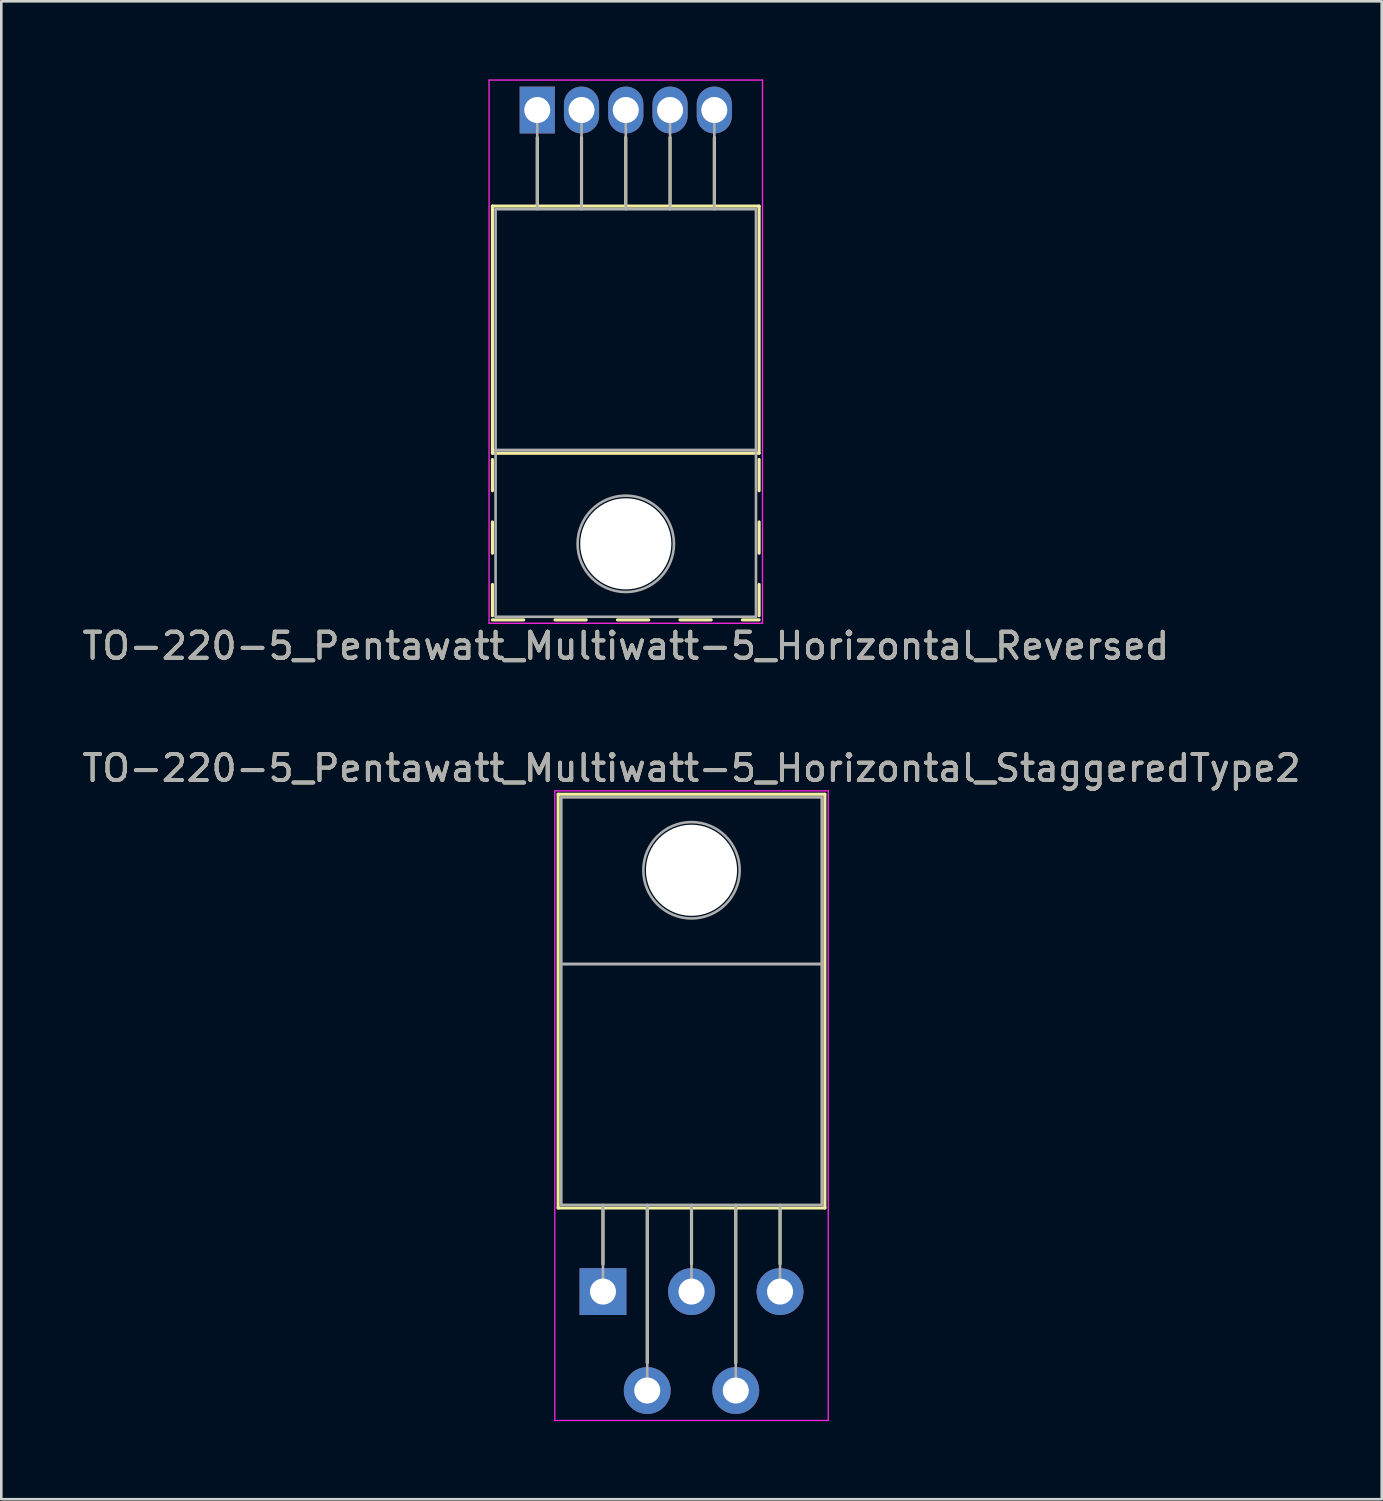
<source format=kicad_pcb>
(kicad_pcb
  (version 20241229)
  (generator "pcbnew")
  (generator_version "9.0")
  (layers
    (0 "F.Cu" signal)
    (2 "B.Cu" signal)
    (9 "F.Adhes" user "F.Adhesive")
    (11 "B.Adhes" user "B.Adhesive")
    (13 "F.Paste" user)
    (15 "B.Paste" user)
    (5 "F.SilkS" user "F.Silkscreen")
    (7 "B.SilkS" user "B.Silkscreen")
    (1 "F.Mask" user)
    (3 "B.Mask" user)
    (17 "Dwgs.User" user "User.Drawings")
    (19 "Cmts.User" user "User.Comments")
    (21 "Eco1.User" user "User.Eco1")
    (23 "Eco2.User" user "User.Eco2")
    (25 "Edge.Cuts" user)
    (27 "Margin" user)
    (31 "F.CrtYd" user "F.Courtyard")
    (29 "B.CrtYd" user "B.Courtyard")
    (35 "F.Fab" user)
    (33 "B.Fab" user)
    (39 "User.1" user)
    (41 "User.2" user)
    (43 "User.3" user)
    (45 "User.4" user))
  (footprint "TO-220-5_Pentawatt_Multiwatt-5_Horizontal_StaggeredType2"
    (layer "F.Cu")
    (at 20.106 46.551)
    (property "Reference" "TO-220-5_Pentawatt_Multiwatt-5_Horizontal_StaggeredType2" (at 3.4 -20.1 0) (layer "F.SilkS") (effects (font (size 1 1) (thickness 0.15))))
    (attr through_hole)
    (fp_line (start -1.721 -19.1) (end -1.721 -3.21) (stroke (width 0.12) (type solid)) (layer "F.SilkS"))
    (fp_line (start -1.721 -19.1) (end 8.52 -19.1) (stroke (width 0.12) (type solid)) (layer "F.SilkS"))
    (fp_line (start -1.721 -3.21) (end 8.52 -3.21) (stroke (width 0.12) (type solid)) (layer "F.SilkS"))
    (fp_line (start 0 -3.21) (end 0 -1.05) (stroke (width 0.12) (type solid)) (layer "F.SilkS"))
    (fp_line (start 1.7 -3.21) (end 1.7 2.735) (stroke (width 0.12) (type solid)) (layer "F.SilkS"))
    (fp_line (start 3.4 -3.21) (end 3.4 -1.066) (stroke (width 0.12) (type solid)) (layer "F.SilkS"))
    (fp_line (start 5.1 -3.21) (end 5.1 2.735) (stroke (width 0.12) (type solid)) (layer "F.SilkS"))
    (fp_line (start 6.8 -3.21) (end 6.8 -1.066) (stroke (width 0.12) (type solid)) (layer "F.SilkS"))
    (fp_line (start 8.52 -19.1) (end 8.52 -3.21) (stroke (width 0.12) (type solid)) (layer "F.SilkS"))
    (fp_line (start -1.85 -19.23) (end -1.85 4.95) (stroke (width 0.05) (type solid)) (layer "F.CrtYd"))
    (fp_line (start -1.85 4.95) (end 8.65 4.95) (stroke (width 0.05) (type solid)) (layer "F.CrtYd"))
    (fp_line (start 8.65 -19.23) (end -1.85 -19.23) (stroke (width 0.05) (type solid)) (layer "F.CrtYd"))
    (fp_line (start 8.65 4.95) (end 8.65 -19.23) (stroke (width 0.05) (type solid)) (layer "F.CrtYd"))
    (fp_line (start -1.6 -18.98) (end 8.4 -18.98) (stroke (width 0.1) (type solid)) (layer "F.Fab"))
    (fp_line (start -1.6 -12.58) (end -1.6 -18.98) (stroke (width 0.1) (type solid)) (layer "F.Fab"))
    (fp_line (start -1.6 -12.58) (end 8.4 -12.58) (stroke (width 0.1) (type solid)) (layer "F.Fab"))
    (fp_line (start -1.6 -3.33) (end -1.6 -12.58) (stroke (width 0.1) (type solid)) (layer "F.Fab"))
    (fp_line (start 0 -3.33) (end 0 0) (stroke (width 0.1) (type solid)) (layer "F.Fab"))
    (fp_line (start 1.7 -3.33) (end 1.7 3.8) (stroke (width 0.1) (type solid)) (layer "F.Fab"))
    (fp_line (start 3.4 -3.33) (end 3.4 0) (stroke (width 0.1) (type solid)) (layer "F.Fab"))
    (fp_line (start 5.1 -3.33) (end 5.1 3.8) (stroke (width 0.1) (type solid)) (layer "F.Fab"))
    (fp_line (start 6.8 -3.33) (end 6.8 0) (stroke (width 0.1) (type solid)) (layer "F.Fab"))
    (fp_line (start 8.4 -18.98) (end 8.4 -12.58) (stroke (width 0.1) (type solid)) (layer "F.Fab"))
    (fp_line (start 8.4 -12.58) (end -1.6 -12.58) (stroke (width 0.1) (type solid)) (layer "F.Fab"))
    (fp_line (start 8.4 -12.58) (end 8.4 -3.33) (stroke (width 0.1) (type solid)) (layer "F.Fab"))
    (fp_line (start 8.4 -3.33) (end -1.6 -3.33) (stroke (width 0.1) (type solid)) (layer "F.Fab"))
    (fp_circle (center 3.4 -16.18) (end 5.25 -16.18) (stroke (width 0.1) (type solid)) (fill no) (layer "F.Fab"))
    (fp_text user "${REFERENCE}" (at 3.4 -20.1 0) (layer "F.Fab") (effects (font (size 1 1) (thickness 0.15))))
    (pad "" np_thru_hole oval (at 3.4 -16.18) (size 3.5 3.5) (drill 3.5) (layers "*.Cu" "*.Mask"))
    (pad "1" thru_hole rect (at 0 0) (size 1.8 1.8) (drill 1) (layers "*.Cu" "*.Mask"))
    (pad "2" thru_hole oval (at 1.7 3.8) (size 1.8 1.8) (drill 1) (layers "*.Cu" "*.Mask"))
    (pad "3" thru_hole oval (at 3.4 0) (size 1.8 1.8) (drill 1) (layers "*.Cu" "*.Mask"))
    (pad "4" thru_hole oval (at 5.1 3.8) (size 1.8 1.8) (drill 1) (layers "*.Cu" "*.Mask"))
    (pad "5" thru_hole oval (at 6.8 0) (size 1.8 1.8) (drill 1) (layers "*.Cu" "*.Mask")))
  (footprint "TO-220-5_Pentawatt_Multiwatt-5_Horizontal_Reversed"
    (layer "F.Cu")
    (at 17.582 1.175)
    (property "Reference" "TO-220-5_Pentawatt_Multiwatt-5_Horizontal_Reversed" (at 3.4 20.58 0) (layer "F.SilkS") (effects (font (size 1 1) (thickness 0.15))))
    (attr through_hole)
    (fp_line (start -1.721 3.69) (end -1.721 13.18) (stroke (width 0.12) (type solid)) (layer "F.SilkS"))
    (fp_line (start -1.721 3.69) (end 8.52 3.69) (stroke (width 0.12) (type solid)) (layer "F.SilkS"))
    (fp_line (start -1.721 13.18) (end 8.52 13.18) (stroke (width 0.12) (type solid)) (layer "F.SilkS"))
    (fp_line (start -1.721 13.42) (end -1.721 14.62) (stroke (width 0.12) (type solid)) (layer "F.SilkS"))
    (fp_line (start -1.721 15.82) (end -1.721 17.02) (stroke (width 0.12) (type solid)) (layer "F.SilkS"))
    (fp_line (start -1.721 18.22) (end -1.721 19.42) (stroke (width 0.12) (type solid)) (layer "F.SilkS"))
    (fp_line (start -1.721 19.58) (end -0.521 19.58) (stroke (width 0.12) (type solid)) (layer "F.SilkS"))
    (fp_line (start 0 1.05) (end 0 3.69) (stroke (width 0.12) (type solid)) (layer "F.SilkS"))
    (fp_line (start 0.68 19.58) (end 1.88 19.58) (stroke (width 0.12) (type solid)) (layer "F.SilkS"))
    (fp_line (start 1.7 1.05) (end 1.7 3.69) (stroke (width 0.12) (type solid)) (layer "F.SilkS"))
    (fp_line (start 3.08 19.58) (end 4.28 19.58) (stroke (width 0.12) (type solid)) (layer "F.SilkS"))
    (fp_line (start 3.4 1.05) (end 3.4 3.69) (stroke (width 0.12) (type solid)) (layer "F.SilkS"))
    (fp_line (start 5.1 1.05) (end 5.1 3.69) (stroke (width 0.12) (type solid)) (layer "F.SilkS"))
    (fp_line (start 5.48 19.58) (end 6.68 19.58) (stroke (width 0.12) (type solid)) (layer "F.SilkS"))
    (fp_line (start 6.8 1.05) (end 6.8 3.69) (stroke (width 0.12) (type solid)) (layer "F.SilkS"))
    (fp_line (start 7.88 19.58) (end 8.52 19.58) (stroke (width 0.12) (type solid)) (layer "F.SilkS"))
    (fp_line (start 8.52 3.69) (end 8.52 13.18) (stroke (width 0.12) (type solid)) (layer "F.SilkS"))
    (fp_line (start 8.52 13.42) (end 8.52 14.62) (stroke (width 0.12) (type solid)) (layer "F.SilkS"))
    (fp_line (start 8.52 15.82) (end 8.52 17.02) (stroke (width 0.12) (type solid)) (layer "F.SilkS"))
    (fp_line (start 8.52 18.22) (end 8.52 19.42) (stroke (width 0.12) (type solid)) (layer "F.SilkS"))
    (fp_line (start -1.85 -1.15) (end -1.85 19.71) (stroke (width 0.05) (type solid)) (layer "F.CrtYd"))
    (fp_line (start -1.85 19.71) (end 8.65 19.71) (stroke (width 0.05) (type solid)) (layer "F.CrtYd"))
    (fp_line (start 8.65 -1.15) (end -1.85 -1.15) (stroke (width 0.05) (type solid)) (layer "F.CrtYd"))
    (fp_line (start 8.65 19.71) (end 8.65 -1.15) (stroke (width 0.05) (type solid)) (layer "F.CrtYd"))
    (fp_line (start -1.6 3.81) (end -1.6 13.06) (stroke (width 0.1) (type solid)) (layer "F.Fab"))
    (fp_line (start -1.6 13.06) (end -1.6 19.46) (stroke (width 0.1) (type solid)) (layer "F.Fab"))
    (fp_line (start -1.6 13.06) (end 8.4 13.06) (stroke (width 0.1) (type solid)) (layer "F.Fab"))
    (fp_line (start -1.6 19.46) (end 8.4 19.46) (stroke (width 0.1) (type solid)) (layer "F.Fab"))
    (fp_line (start 0 3.81) (end 0 0) (stroke (width 0.1) (type solid)) (layer "F.Fab"))
    (fp_line (start 1.7 3.81) (end 1.7 0) (stroke (width 0.1) (type solid)) (layer "F.Fab"))
    (fp_line (start 3.4 3.81) (end 3.4 0) (stroke (width 0.1) (type solid)) (layer "F.Fab"))
    (fp_line (start 5.1 3.81) (end 5.1 0) (stroke (width 0.1) (type solid)) (layer "F.Fab"))
    (fp_line (start 6.8 3.81) (end 6.8 0) (stroke (width 0.1) (type solid)) (layer "F.Fab"))
    (fp_line (start 8.4 3.81) (end -1.6 3.81) (stroke (width 0.1) (type solid)) (layer "F.Fab"))
    (fp_line (start 8.4 13.06) (end -1.6 13.06) (stroke (width 0.1) (type solid)) (layer "F.Fab"))
    (fp_line (start 8.4 13.06) (end 8.4 3.81) (stroke (width 0.1) (type solid)) (layer "F.Fab"))
    (fp_line (start 8.4 19.46) (end 8.4 13.06) (stroke (width 0.1) (type solid)) (layer "F.Fab"))
    (fp_circle (center 3.4 16.66) (end 5.25 16.66) (stroke (width 0.1) (type solid)) (fill no) (layer "F.Fab"))
    (fp_text user "${REFERENCE}" (at 3.4 20.58 0) (layer "F.Fab") (effects (font (size 1 1) (thickness 0.15))))
    (pad "" np_thru_hole oval (at 3.4 16.66) (size 3.5 3.5) (drill 3.5) (layers "*.Cu" "*.Mask"))
    (pad "1" thru_hole rect (at 0 0) (size 1.35 1.8) (drill 1) (layers "*.Cu" "*.Mask"))
    (pad "2" thru_hole oval (at 1.7 0) (size 1.35 1.8) (drill 1) (layers "*.Cu" "*.Mask"))
    (pad "3" thru_hole oval (at 3.4 0) (size 1.35 1.8) (drill 1) (layers "*.Cu" "*.Mask"))
    (pad "4" thru_hole oval (at 5.1 0) (size 1.35 1.8) (drill 1) (layers "*.Cu" "*.Mask"))
    (pad "5" thru_hole oval (at 6.8 0) (size 1.35 1.8) (drill 1) (layers "*.Cu" "*.Mask")))
  (gr_rect
    (start -3 -3)
    (end 50.012 54.526)
    (stroke (width 0.1) (type default))
    (fill no)
    (layer "Edge.Cuts")))
</source>
